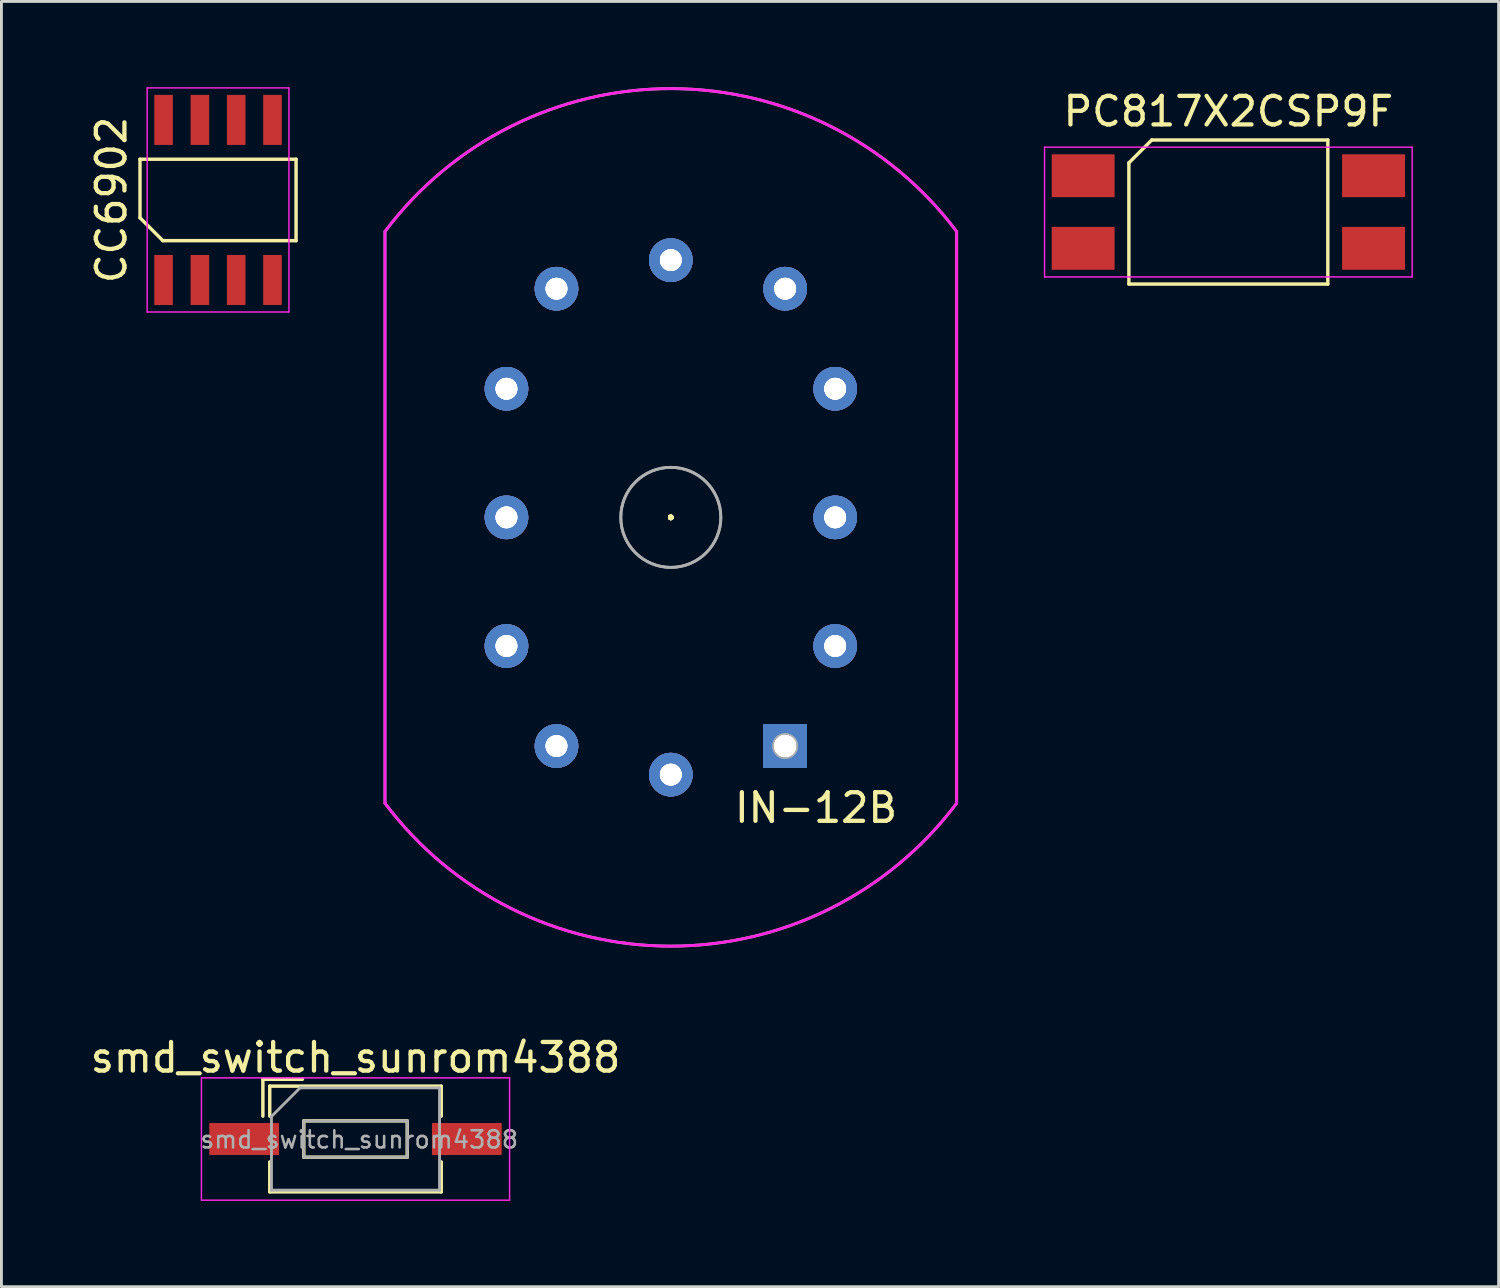
<source format=kicad_pcb>
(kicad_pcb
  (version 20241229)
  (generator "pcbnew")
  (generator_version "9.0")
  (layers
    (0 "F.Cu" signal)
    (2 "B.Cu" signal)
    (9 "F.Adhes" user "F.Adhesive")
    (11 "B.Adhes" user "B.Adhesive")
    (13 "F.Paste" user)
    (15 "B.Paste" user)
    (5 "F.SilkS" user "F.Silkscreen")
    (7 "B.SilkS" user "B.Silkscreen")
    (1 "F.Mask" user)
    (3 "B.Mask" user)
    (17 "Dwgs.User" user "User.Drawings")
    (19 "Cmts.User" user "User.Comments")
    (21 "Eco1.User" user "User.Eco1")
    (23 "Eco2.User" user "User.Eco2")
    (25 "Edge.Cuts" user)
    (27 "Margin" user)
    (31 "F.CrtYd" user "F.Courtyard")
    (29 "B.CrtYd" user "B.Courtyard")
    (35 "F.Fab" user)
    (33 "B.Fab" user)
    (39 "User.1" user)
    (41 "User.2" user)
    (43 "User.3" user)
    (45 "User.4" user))
  (footprint "IN-12B"
    (layer "F.Cu")
    (at 20.418 15.05)
    (property "Reference" "IN-12B" (at 5.08 10.16 0) (layer "F.SilkS") (effects (font (size 1 1) (thickness 0.15))))
    (attr through_hole)
    (fp_line (start 0 0) (end 0 0) (stroke (width 0.1) (type solid)) (layer "F.SilkS"))
    (fp_line (start 0 0) (end 0 0) (stroke (width 0.1) (type solid)) (layer "F.SilkS"))
    (fp_line (start 0 0) (end 0 0) (stroke (width 0.1) (type solid)) (layer "F.SilkS"))
    (fp_line (start 0 0) (end 0 0) (stroke (width 0.1) (type solid)) (layer "F.SilkS"))
    (fp_arc (start 0 0) (mid 0 0) (end 0 0) (stroke (width 0.1) (type solid)) (layer "F.SilkS"))
    (fp_arc (start 0 0) (mid 0 0) (end 0 0) (stroke (width 0.1) (type solid)) (layer "F.SilkS"))
    (fp_arc (start 0 0) (mid 0 0) (end 0 0) (stroke (width 0.1) (type solid)) (layer "F.SilkS"))
    (fp_arc (start 0 0) (mid 0 0) (end 0 0) (stroke (width 0.1) (type solid)) (layer "F.SilkS"))
    (fp_circle (center 0 0) (end 0 0) (stroke (width 0.1) (type solid)) (fill no) (layer "F.SilkS"))
    (fp_circle (center 0 0) (end 0 0) (stroke (width 0.1) (type solid)) (fill no) (layer "F.SilkS"))
    (fp_circle (center 0 0) (end 0 0) (stroke (width 0.1) (type solid)) (fill no) (layer "F.SilkS"))
    (fp_circle (center 0 0) (end 0 0) (stroke (width 0.1) (type solid)) (fill no) (layer "F.SilkS"))
    (fp_line (start -10 10) (end -10 -10) (stroke (width 0.1) (type solid)) (layer "F.CrtYd"))
    (fp_line (start 10 -10) (end 10 10) (stroke (width 0.1) (type solid)) (layer "F.CrtYd"))
    (fp_arc (start -9.992114 -10.010504) (mid 0.006567 -14.999999) (end 10 -10) (stroke (width 0.1) (type solid)) (layer "F.CrtYd"))
    (fp_arc (start 9.992114 10.010504) (mid -0.006567 14.999999) (end -10 10) (stroke (width 0.1) (type solid)) (layer "F.CrtYd"))
    (fp_line (start -10 10) (end -10 -10) (stroke (width 0.1) (type solid)) (layer "F.Fab"))
    (fp_line (start 10 -10) (end 10 10) (stroke (width 0.1) (type solid)) (layer "F.Fab"))
    (fp_arc (start -9.992114 -10.010504) (mid 0.006567 -14.999999) (end 10 -10) (stroke (width 0.1) (type solid)) (layer "F.Fab"))
    (fp_arc (start 9.992114 10.010504) (mid -0.006567 14.999999) (end -10 10) (stroke (width 0.1) (type solid)) (layer "F.Fab"))
    (fp_circle (center 0 0) (end 1.75 0) (stroke (width 0.1) (type solid)) (fill no) (layer "F.Fab"))
    (fp_circle (center 0 0) (end 1.75 0) (stroke (width 0.1) (type solid)) (fill no) (layer "F.Fab"))
    (fp_circle (center 4 8) (end 4.4 8) (stroke (width 0.1) (type solid)) (fill no) (layer "F.Fab"))
    (fp_circle (center 4 8) (end 4.4 8) (stroke (width 0.1) (type solid)) (fill no) (layer "F.Fab"))
    (pad "1" thru_hole rect (at 4 8) (size 1.524 1.524) (drill 0.762) (layers "*.Cu" "*.Mask"))
    (pad "1" thru_hole rect (at 4 8) (size 1.524 1.524) (drill 0.762) (layers "*.Cu" "*.Mask"))
    (pad "1" thru_hole rect (at 4 8) (size 1.524 1.524) (drill 0.762) (layers "*.Cu" "*.Mask"))
    (pad "1" thru_hole rect (at 4 8) (size 1.524 1.524) (drill 0.762) (layers "*.Cu" "*.Mask"))
    (pad "1" thru_hole rect (at 4 8) (size 1.524 1.524) (drill 0.762) (layers "*.Cu" "*.Mask"))
    (pad "1" thru_hole rect (at 4 8) (size 1.524 1.524) (drill 0.762) (layers "*.Cu" "*.Mask"))
    (pad "1" thru_hole rect (at 4 8) (size 1.524 1.524) (drill 0.762) (layers "*.Cu" "*.Mask"))
    (pad "1" thru_hole rect (at 4 8) (size 1.524 1.524) (drill 0.762) (layers "*.Cu" "*.Mask"))
    (pad "2" thru_hole circle (at 5.75 4.5) (size 1.524 1.524) (drill 0.762) (layers "*.Cu" "*.Mask"))
    (pad "2" thru_hole circle (at 5.75 4.5) (size 1.524 1.524) (drill 0.762) (layers "*.Cu" "*.Mask"))
    (pad "2" thru_hole circle (at 5.75 4.5) (size 1.524 1.524) (drill 0.762) (layers "*.Cu" "*.Mask"))
    (pad "2" thru_hole circle (at 5.75 4.5) (size 1.524 1.524) (drill 0.762) (layers "*.Cu" "*.Mask"))
    (pad "3" thru_hole circle (at 5.75 0) (size 1.524 1.524) (drill 0.762) (layers "*.Cu" "*.Mask"))
    (pad "3" thru_hole circle (at 5.75 0) (size 1.524 1.524) (drill 0.762) (layers "*.Cu" "*.Mask"))
    (pad "3" thru_hole circle (at 5.75 0) (size 1.524 1.524) (drill 0.762) (layers "*.Cu" "*.Mask"))
    (pad "3" thru_hole circle (at 5.75 0) (size 1.524 1.524) (drill 0.762) (layers "*.Cu" "*.Mask"))
    (pad "4" thru_hole circle (at 5.75 -4.5) (size 1.524 1.524) (drill 0.762) (layers "*.Cu" "*.Mask"))
    (pad "4" thru_hole circle (at 5.75 -4.5) (size 1.524 1.524) (drill 0.762) (layers "*.Cu" "*.Mask"))
    (pad "4" thru_hole circle (at 5.75 -4.5) (size 1.524 1.524) (drill 0.762) (layers "*.Cu" "*.Mask"))
    (pad "4" thru_hole circle (at 5.75 -4.5) (size 1.524 1.524) (drill 0.762) (layers "*.Cu" "*.Mask"))
    (pad "5" thru_hole circle (at 4 -8) (size 1.524 1.524) (drill 0.762) (layers "*.Cu" "*.Mask"))
    (pad "5" thru_hole circle (at 4 -8) (size 1.524 1.524) (drill 0.762) (layers "*.Cu" "*.Mask"))
    (pad "5" thru_hole circle (at 4 -8) (size 1.524 1.524) (drill 0.762) (layers "*.Cu" "*.Mask"))
    (pad "5" thru_hole circle (at 4 -8) (size 1.524 1.524) (drill 0.762) (layers "*.Cu" "*.Mask"))
    (pad "6" thru_hole circle (at 0 -9) (size 1.524 1.524) (drill 0.762) (layers "*.Cu" "*.Mask"))
    (pad "6" thru_hole circle (at 0 -9) (size 1.524 1.524) (drill 0.762) (layers "*.Cu" "*.Mask"))
    (pad "6" thru_hole circle (at 0 -9) (size 1.524 1.524) (drill 0.762) (layers "*.Cu" "*.Mask"))
    (pad "6" thru_hole circle (at 0 -9) (size 1.524 1.524) (drill 0.762) (layers "*.Cu" "*.Mask"))
    (pad "7" thru_hole circle (at -4 -8) (size 1.524 1.524) (drill 0.762) (layers "*.Cu" "*.Mask"))
    (pad "7" thru_hole circle (at -4 -8) (size 1.524 1.524) (drill 0.762) (layers "*.Cu" "*.Mask"))
    (pad "7" thru_hole circle (at -4 -8) (size 1.524 1.524) (drill 0.762) (layers "*.Cu" "*.Mask"))
    (pad "7" thru_hole circle (at -4 -8) (size 1.524 1.524) (drill 0.762) (layers "*.Cu" "*.Mask"))
    (pad "8" thru_hole circle (at -5.75 -4.5) (size 1.524 1.524) (drill 0.762) (layers "*.Cu" "*.Mask"))
    (pad "8" thru_hole circle (at -5.75 -4.5) (size 1.524 1.524) (drill 0.762) (layers "*.Cu" "*.Mask"))
    (pad "8" thru_hole circle (at -5.75 -4.5) (size 1.524 1.524) (drill 0.762) (layers "*.Cu" "*.Mask"))
    (pad "8" thru_hole circle (at -5.75 -4.5) (size 1.524 1.524) (drill 0.762) (layers "*.Cu" "*.Mask"))
    (pad "9" thru_hole circle (at -5.75 0) (size 1.524 1.524) (drill 0.762) (layers "*.Cu" "*.Mask"))
    (pad "9" thru_hole circle (at -5.75 0) (size 1.524 1.524) (drill 0.762) (layers "*.Cu" "*.Mask"))
    (pad "9" thru_hole circle (at -5.75 0) (size 1.524 1.524) (drill 0.762) (layers "*.Cu" "*.Mask"))
    (pad "9" thru_hole circle (at -5.75 0) (size 1.524 1.524) (drill 0.762) (layers "*.Cu" "*.Mask"))
    (pad "10" thru_hole circle (at -5.75 4.5) (size 1.524 1.524) (drill 0.762) (layers "*.Cu" "*.Mask"))
    (pad "10" thru_hole circle (at -5.75 4.5) (size 1.524 1.524) (drill 0.762) (layers "*.Cu" "*.Mask"))
    (pad "10" thru_hole circle (at -5.75 4.5) (size 1.524 1.524) (drill 0.762) (layers "*.Cu" "*.Mask"))
    (pad "10" thru_hole circle (at -5.75 4.5) (size 1.524 1.524) (drill 0.762) (layers "*.Cu" "*.Mask"))
    (pad "11" thru_hole circle (at -4 8) (size 1.524 1.524) (drill 0.762) (layers "*.Cu" "*.Mask"))
    (pad "11" thru_hole circle (at -4 8) (size 1.524 1.524) (drill 0.762) (layers "*.Cu" "*.Mask"))
    (pad "11" thru_hole circle (at -4 8) (size 1.524 1.524) (drill 0.762) (layers "*.Cu" "*.Mask"))
    (pad "11" thru_hole circle (at -4 8) (size 1.524 1.524) (drill 0.762) (layers "*.Cu" "*.Mask"))
    (pad "12" thru_hole circle (at 0 9) (size 1.524 1.524) (drill 0.762) (layers "*.Cu" "*.Mask"))
    (pad "12" thru_hole circle (at 0 9) (size 1.524 1.524) (drill 0.762) (layers "*.Cu" "*.Mask"))
    (pad "12" thru_hole circle (at 0 9) (size 1.524 1.524) (drill 0.762) (layers "*.Cu" "*.Mask"))
    (pad "12" thru_hole circle (at 0 9) (size 1.524 1.524) (drill 0.762) (layers "*.Cu" "*.Mask")))
  (footprint "PC817X2CSP9F"
    (layer "F.Cu")
    (at 39.923 4.368)
    (property "Reference" "PC817X2CSP9F" (at 0 -3.52 0) (layer "F.SilkS") (effects (font (size 1 1) (thickness 0.15))))
    (attr smd)
    (fp_line (start -3.48 -1.72) (end -2.68 -2.52) (stroke (width 0.12) (type solid)) (layer "F.SilkS"))
    (fp_line (start -3.48 2.52) (end -3.48 -1.72) (stroke (width 0.12) (type solid)) (layer "F.SilkS"))
    (fp_line (start -2.68 -2.52) (end 3.48 -2.52) (stroke (width 0.12) (type solid)) (layer "F.SilkS"))
    (fp_line (start 3.48 -2.52) (end 3.48 2.52) (stroke (width 0.12) (type solid)) (layer "F.SilkS"))
    (fp_line (start 3.48 2.52) (end -3.48 2.52) (stroke (width 0.12) (type solid)) (layer "F.SilkS"))
    (fp_line (start -6.43 -2.27) (end 6.43 -2.27) (stroke (width 0.05) (type solid)) (layer "F.CrtYd"))
    (fp_line (start -6.43 2.27) (end -6.43 -2.27) (stroke (width 0.05) (type solid)) (layer "F.CrtYd"))
    (fp_line (start 6.43 -2.27) (end 6.43 2.27) (stroke (width 0.05) (type solid)) (layer "F.CrtYd"))
    (fp_line (start 6.43 2.27) (end -6.43 2.27) (stroke (width 0.05) (type solid)) (layer "F.CrtYd"))
    (pad "1" smd rect (at -5.08 -1.27 270) (size 1.5 2.2) (layers "F.Cu" "F.Mask" "F.Paste"))
    (pad "2" smd rect (at -5.08 1.27 270) (size 1.5 2.2) (layers "F.Cu" "F.Mask" "F.Paste"))
    (pad "3" smd rect (at 5.08 1.27 270) (size 1.5 2.2) (layers "F.Cu" "F.Mask" "F.Paste"))
    (pad "4" smd rect (at 5.08 -1.27 270) (size 1.5 2.2) (layers "F.Cu" "F.Mask" "F.Paste")))
  (footprint "smd_switch_sunrom4388"
    (layer "F.Cu")
    (at 9.387 36.798)
    (property "Reference" "smd_switch_sunrom4388" (at 0 -2.85 0) (layer "F.SilkS") (effects (font (size 1 1) (thickness 0.15))))
    (attr smd)
    (fp_line (start -3.24 -2.09) (end -3.24 -0.8) (stroke (width 0.12) (type solid)) (layer "F.SilkS"))
    (fp_line (start -3.24 -2.09) (end -1.857 -2.09) (stroke (width 0.12) (type solid)) (layer "F.SilkS"))
    (fp_line (start -3 -1.85) (end -3 -0.8) (stroke (width 0.12) (type solid)) (layer "F.SilkS"))
    (fp_line (start -3 -1.85) (end 3 -1.85) (stroke (width 0.12) (type solid)) (layer "F.SilkS"))
    (fp_line (start -3 0.8) (end -3 1.85) (stroke (width 0.12) (type solid)) (layer "F.SilkS"))
    (fp_line (start -3 1.85) (end 3 1.85) (stroke (width 0.12) (type solid)) (layer "F.SilkS"))
    (fp_line (start -1.81 -0.635) (end -1.81 0.635) (stroke (width 0.12) (type solid)) (layer "F.SilkS"))
    (fp_line (start -1.81 0.635) (end 1.81 0.635) (stroke (width 0.12) (type solid)) (layer "F.SilkS"))
    (fp_line (start 1.81 -0.635) (end -1.81 -0.635) (stroke (width 0.12) (type solid)) (layer "F.SilkS"))
    (fp_line (start 1.81 0.635) (end 1.81 -0.635) (stroke (width 0.12) (type solid)) (layer "F.SilkS"))
    (fp_line (start 3 -1.85) (end 3 -0.8) (stroke (width 0.12) (type solid)) (layer "F.SilkS"))
    (fp_line (start 3 0.8) (end 3 1.85) (stroke (width 0.12) (type solid)) (layer "F.SilkS"))
    (fp_line (start -5.39 -2.14) (end -5.39 2.14) (stroke (width 0.05) (type solid)) (layer "F.CrtYd"))
    (fp_line (start -5.39 2.14) (end 5.39 2.14) (stroke (width 0.05) (type solid)) (layer "F.CrtYd"))
    (fp_line (start 5.39 -2.14) (end -5.39 -2.14) (stroke (width 0.05) (type solid)) (layer "F.CrtYd"))
    (fp_line (start 5.39 2.14) (end 5.39 -2.14) (stroke (width 0.05) (type solid)) (layer "F.CrtYd"))
    (fp_line (start -2.94 -0.79) (end -1.94 -1.79) (stroke (width 0.1) (type solid)) (layer "F.Fab"))
    (fp_line (start -2.94 1.79) (end -2.94 -0.79) (stroke (width 0.1) (type solid)) (layer "F.Fab"))
    (fp_line (start -1.94 -1.79) (end 2.94 -1.79) (stroke (width 0.1) (type solid)) (layer "F.Fab"))
    (fp_line (start -1.81 -0.635) (end -1.81 0.635) (stroke (width 0.1) (type solid)) (layer "F.Fab"))
    (fp_line (start -1.81 0.635) (end 1.81 0.635) (stroke (width 0.1) (type solid)) (layer "F.Fab"))
    (fp_line (start 1.81 -0.635) (end -1.81 -0.635) (stroke (width 0.1) (type solid)) (layer "F.Fab"))
    (fp_line (start 1.81 0.635) (end 1.81 -0.635) (stroke (width 0.1) (type solid)) (layer "F.Fab"))
    (fp_line (start 2.94 -1.79) (end 2.94 1.79) (stroke (width 0.1) (type solid)) (layer "F.Fab"))
    (fp_line (start 2.94 1.79) (end -2.94 1.79) (stroke (width 0.1) (type solid)) (layer "F.Fab"))
    (fp_text user "${REFERENCE}" (at 0.13 0.02 180) (layer "F.Fab") (effects (font (size 0.6 0.6) (thickness 0.09))))
    (pad "1" smd rect (at -3.895 0) (size 2.44 1.12) (layers "F.Cu" "F.Mask" "F.Paste"))
    (pad "2" smd rect (at 3.895 0) (size 2.44 1.12) (layers "F.Cu" "F.Mask" "F.Paste")))
  (footprint "CC6902"
    (layer "F.Cu")
    (at 4.578 3.945)
    (property "Reference" "CC6902" (at -3.73 0 90) (layer "F.SilkS") (effects (font (size 1 1) (thickness 0.15))))
    (attr smd)
    (fp_line (start -2.73 -1.425) (end 2.73 -1.425) (stroke (width 0.12) (type solid)) (layer "F.SilkS"))
    (fp_line (start -2.73 0.625) (end -2.73 -1.425) (stroke (width 0.12) (type solid)) (layer "F.SilkS"))
    (fp_line (start -1.93 1.425) (end -2.73 0.625) (stroke (width 0.12) (type solid)) (layer "F.SilkS"))
    (fp_line (start 2.73 -1.425) (end 2.73 1.425) (stroke (width 0.12) (type solid)) (layer "F.SilkS"))
    (fp_line (start 2.73 1.425) (end -1.93 1.425) (stroke (width 0.12) (type solid)) (layer "F.SilkS"))
    (fp_line (start -2.48 -3.92) (end 2.48 -3.92) (stroke (width 0.05) (type solid)) (layer "F.CrtYd"))
    (fp_line (start -2.48 3.92) (end -2.48 -3.92) (stroke (width 0.05) (type solid)) (layer "F.CrtYd"))
    (fp_line (start 2.48 -3.92) (end 2.48 3.92) (stroke (width 0.05) (type solid)) (layer "F.CrtYd"))
    (fp_line (start 2.48 3.92) (end -2.48 3.92) (stroke (width 0.05) (type solid)) (layer "F.CrtYd"))
    (pad "1" smd rect (at -1.905 2.8) (size 0.65 1.75) (layers "F.Cu" "F.Mask" "F.Paste"))
    (pad "2" smd rect (at -0.635 2.8) (size 0.65 1.75) (layers "F.Cu" "F.Mask" "F.Paste"))
    (pad "3" smd rect (at 0.635 2.8) (size 0.65 1.75) (layers "F.Cu" "F.Mask" "F.Paste"))
    (pad "4" smd rect (at 1.905 2.8) (size 0.65 1.75) (layers "F.Cu" "F.Mask" "F.Paste"))
    (pad "5" smd rect (at 1.905 -2.8) (size 0.65 1.75) (layers "F.Cu" "F.Mask" "F.Paste"))
    (pad "6" smd rect (at 0.635 -2.8) (size 0.65 1.75) (layers "F.Cu" "F.Mask" "F.Paste"))
    (pad "7" smd rect (at -0.635 -2.8) (size 0.65 1.75) (layers "F.Cu" "F.Mask" "F.Paste"))
    (pad "8" smd rect (at -1.905 -2.8) (size 0.65 1.75) (layers "F.Cu" "F.Mask" "F.Paste")))
  (gr_rect
    (start -3 -3)
    (end 49.378 41.963)
    (stroke (width 0.1) (type default))
    (fill no)
    (layer "Edge.Cuts")))
</source>
